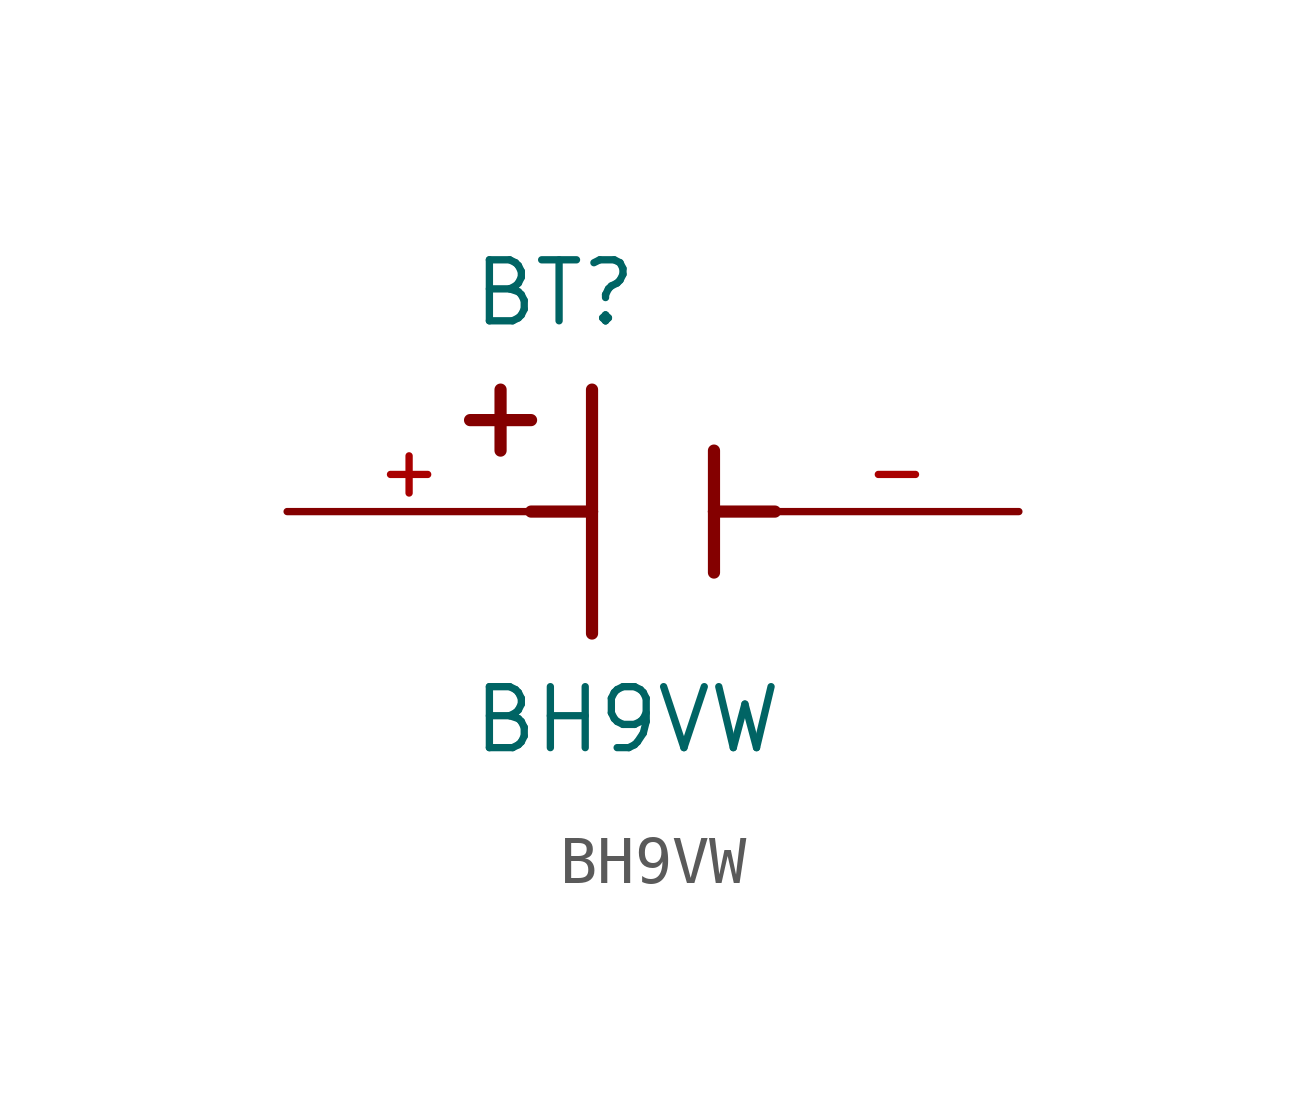
<source format=kicad_sym>
(kicad_symbol_lib
  (version 20211014)
  (generator kicad_symbol_editor)
  (symbol "BH9VW"
    (pin_names
      (offset 1.016))
    (property "Reference" "BT"
      (at -3.81 3.81 0)
      (effects (font (size 1.27 1.27)) (justify bottom left)))
    (property "Value" "BH9VW"
      (at -3.81 -5.08 0)
      (effects (font (size 1.27 1.27)) (justify bottom left)))
    (symbol "BH9VW_0_0"
      (polyline (pts (xy -1.27 2.54) (xy -1.27 0.0)) (stroke (width 0.254)))
      (polyline (pts (xy -1.27 0.0) (xy -1.27 -2.54)) (stroke (width 0.254)))
      (polyline (pts (xy 1.27 1.27) (xy 1.27 0.0)) (stroke (width 0.254)))
      (polyline (pts (xy 1.27 0.0) (xy 1.27 -1.27)) (stroke (width 0.254)))
      (polyline (pts (xy -1.27 0.0) (xy -2.54 0.0)) (stroke (width 0.254)))
      (polyline (pts (xy 1.27 0.0) (xy 2.54 0.0)) (stroke (width 0.254)))
      (polyline (pts (xy -3.175 2.54) (xy -3.175 1.27)) (stroke (width 0.254)))
      (polyline (pts (xy -3.81 1.905) (xy -2.54 1.905)) (stroke (width 0.254)))
      (pin passive line (at -7.62 0.0 0) (length 5.08) (name "~" (effects (font (size 1.016 1.016)))) (number "+" (effects (font (size 1.016 1.016)))))
      (pin passive line (at 7.62 0.0 180.0) (length 5.08) (name "~" (effects (font (size 1.016 1.016)))) (number "-" (effects (font (size 1.016 1.016))))))))
</source>
